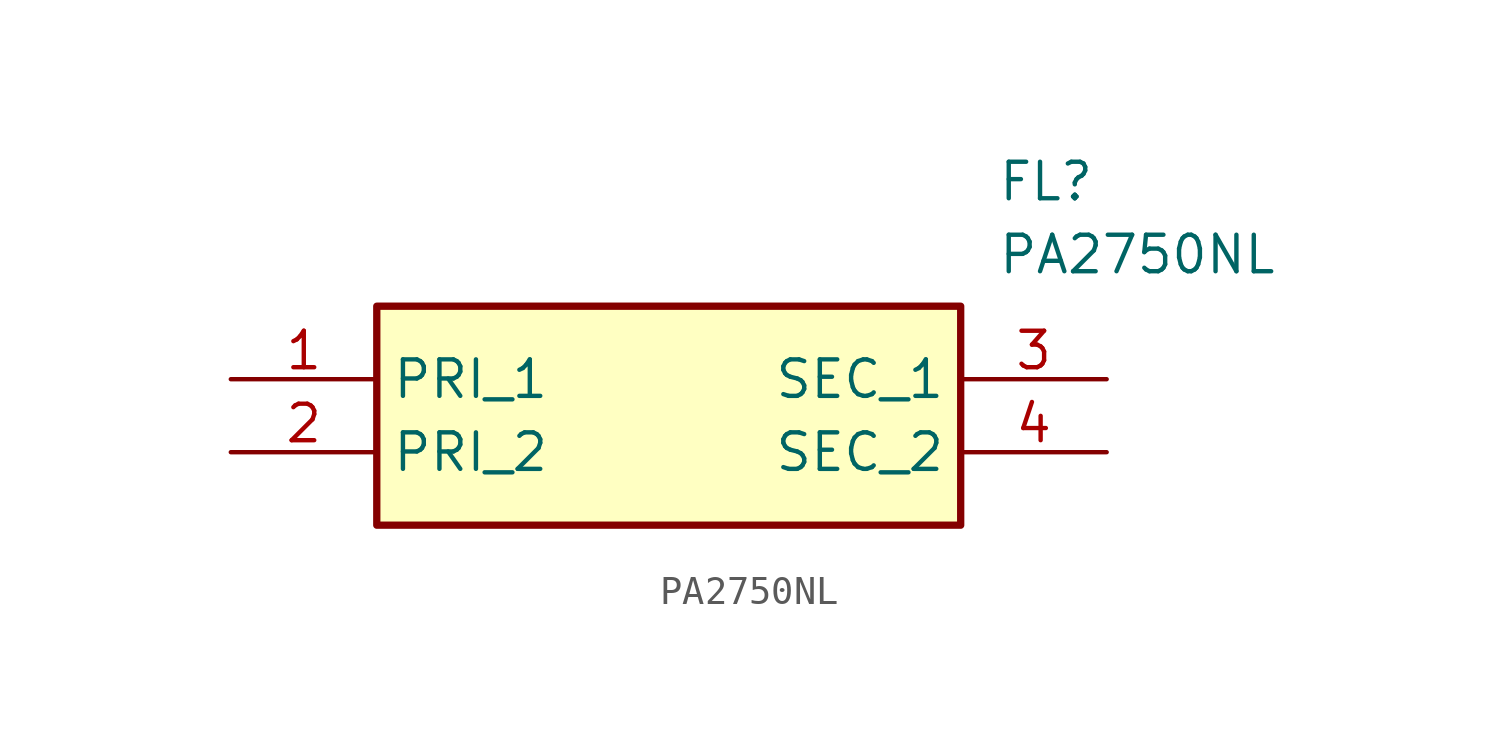
<source format=kicad_sym>
(kicad_symbol_lib
  (version 20211014)
  (generator SamacSys_ECAD_Model)
  (symbol "PA2750NL"
    (property "Reference" "FL"
      (at 26.67 7.62 0)
      (effects (font (size 1.27 1.27)) (justify left top)))
    (property "Value" "PA2750NL"
      (at 26.67 5.08 0)
      (effects (font (size 1.27 1.27)) (justify left top)))
    (rectangle
      (start 5.08 2.54)
      (end 25.4 -5.08)
      (stroke (width 0.254) (type default))
      (fill (type background)))
    (pin passive line
      (at 0 0 0)
      (length 5.08)
      (name "PRI_1" (effects (font (size 1.27 1.27))))
      (number "1" (effects (font (size 1.27 1.27)))))
    (pin passive line
      (at 0 -2.54 0)
      (length 5.08)
      (name "PRI_2" (effects (font (size 1.27 1.27))))
      (number "2" (effects (font (size 1.27 1.27)))))
    (pin passive line
      (at 30.48 0 180)
      (length 5.08)
      (name "SEC_1" (effects (font (size 1.27 1.27))))
      (number "3" (effects (font (size 1.27 1.27)))))
    (pin passive line
      (at 30.48 -2.54 180)
      (length 5.08)
      (name "SEC_2" (effects (font (size 1.27 1.27))))
      (number "4" (effects (font (size 1.27 1.27)))))))
</source>
